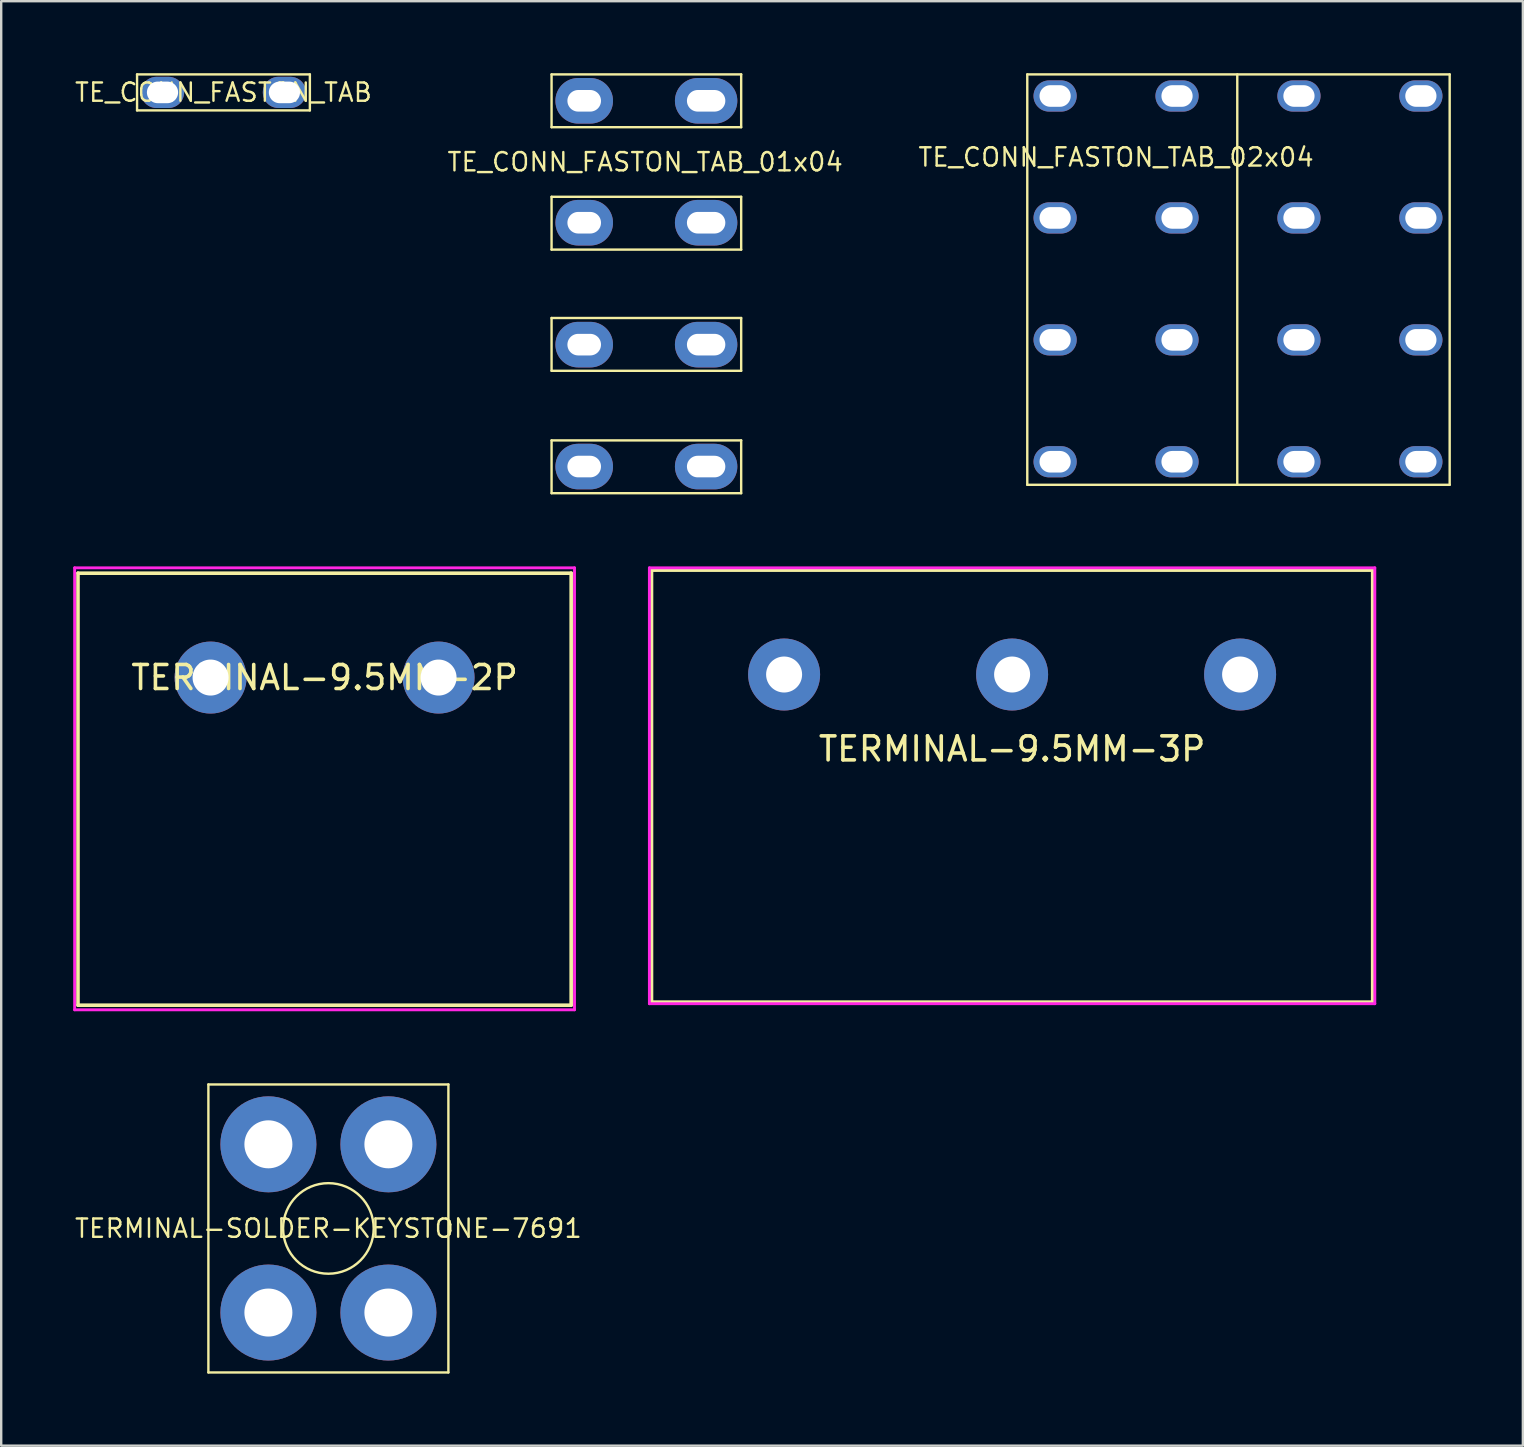
<source format=kicad_pcb>
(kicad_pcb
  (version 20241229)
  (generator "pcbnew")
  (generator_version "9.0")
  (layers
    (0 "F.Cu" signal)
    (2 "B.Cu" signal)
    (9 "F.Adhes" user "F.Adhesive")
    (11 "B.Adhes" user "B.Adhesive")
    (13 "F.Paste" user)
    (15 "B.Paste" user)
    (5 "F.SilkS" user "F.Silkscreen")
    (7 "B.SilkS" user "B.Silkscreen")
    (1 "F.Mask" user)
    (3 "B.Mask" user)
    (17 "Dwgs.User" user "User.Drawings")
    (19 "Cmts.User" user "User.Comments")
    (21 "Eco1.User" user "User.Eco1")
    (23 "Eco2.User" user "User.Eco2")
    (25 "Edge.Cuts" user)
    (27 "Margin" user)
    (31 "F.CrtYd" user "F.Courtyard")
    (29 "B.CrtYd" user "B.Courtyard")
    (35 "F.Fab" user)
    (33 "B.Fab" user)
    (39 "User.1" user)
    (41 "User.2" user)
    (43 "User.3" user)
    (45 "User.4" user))
  (footprint "TERMINAL-9.5MM-2P"
    (layer "F.Cu")
    (at 10.474 25.182)
    (property "Reference" "TERMINAL-9.5MM-2P" (at 0 0 0) (layer "F.SilkS") (effects (font (size 1 1) (thickness 0.15))))
    (attr through_hole)
    (fp_line (start -10.275 -4.35) (end -10.275 13.65) (stroke (width 0.15) (type solid)) (layer "F.SilkS"))
    (fp_line (start -10.275 -4.35) (end 10.275 -4.35) (stroke (width 0.15) (type solid)) (layer "F.SilkS"))
    (fp_line (start -10.275 13.65) (end 10.275 13.65) (stroke (width 0.15) (type solid)) (layer "F.SilkS"))
    (fp_line (start 10.275 -4.35) (end 10.275 13.65) (stroke (width 0.15) (type solid)) (layer "F.SilkS"))
    (fp_line (start -10.414 -4.572) (end 10.414 -4.572) (stroke (width 0.12) (type solid)) (layer "F.CrtYd"))
    (fp_line (start -10.414 13.843) (end -10.414 -4.572) (stroke (width 0.12) (type solid)) (layer "F.CrtYd"))
    (fp_line (start 10.414 -4.572) (end 10.414 13.843) (stroke (width 0.12) (type solid)) (layer "F.CrtYd"))
    (fp_line (start 10.414 13.843) (end -10.414 13.843) (stroke (width 0.12) (type solid)) (layer "F.CrtYd"))
    (pad "1" thru_hole circle (at -4.75 0) (size 3 3) (drill 1.5) (layers "*.Cu" "*.Mask"))
    (pad "2" thru_hole circle (at 4.75 0) (size 3 3) (drill 1.5) (layers "*.Cu" "*.Mask")))
  (footprint "TE_CONN_FASTON_TAB"
    (layer "F.Cu")
    (at 6.261 0.8)
    (property "Reference" "TE_CONN_FASTON_TAB" (at 0 0 0) (layer "F.SilkS") (effects (font (size 0.762 0.762) (thickness 0.1))))
    (attr through_hole)
    (fp_line (start -3.6 -0.75) (end -3.6 0.75) (stroke (width 0.1) (type solid)) (layer "F.SilkS"))
    (fp_line (start -3.6 -0.75) (end 3.6 -0.75) (stroke (width 0.1) (type solid)) (layer "F.SilkS"))
    (fp_line (start -3.6 0.75) (end 3.6 0.75) (stroke (width 0.1) (type solid)) (layer "F.SilkS"))
    (fp_line (start 3.6 -0.75) (end 3.6 0.75) (stroke (width 0.1) (type solid)) (layer "F.SilkS"))
    (pad "1" thru_hole oval (at -2.54 0) (size 1.8 1.3) (drill oval 1.3 0.9) (layers "*.Cu" "*.Mask"))
    (pad "1" thru_hole oval (at 2.54 0) (size 1.8 1.3) (drill oval 1.3 0.9) (layers "*.Cu" "*.Mask")))
  (footprint "TE_CONN_FASTON_TAB_02x04"
    (layer "F.Cu")
    (at 43.453 0.95)
    (property "Reference" "TE_CONN_FASTON_TAB_02x04" (at 0 2.55 0) (layer "F.SilkS") (effects (font (size 0.762 0.762) (thickness 0.1))))
    (attr through_hole)
    (fp_line (start -3.7 -0.9) (end -3.7 16.2) (stroke (width 0.1) (type solid)) (layer "F.SilkS"))
    (fp_line (start -3.7 -0.9) (end 13.9 -0.9) (stroke (width 0.1) (type solid)) (layer "F.SilkS"))
    (fp_line (start -3.7 16.2) (end 13.9 16.2) (stroke (width 0.1) (type solid)) (layer "F.SilkS"))
    (fp_line (start 5.05 -0.9) (end 5.05 16.2) (stroke (width 0.1) (type solid)) (layer "F.SilkS"))
    (fp_line (start 13.9 16.2) (end 13.9 -0.9) (stroke (width 0.1) (type solid)) (layer "F.SilkS"))
    (pad "1" thru_hole oval (at -2.54 0) (size 1.8 1.3) (drill oval 1.3 0.9) (layers "*.Cu" "*.Mask"))
    (pad "1" thru_hole oval (at 2.54 0) (size 1.8 1.3) (drill oval 1.3 0.9) (layers "*.Cu" "*.Mask"))
    (pad "2" thru_hole oval (at 7.62 0) (size 1.8 1.3) (drill oval 1.3 0.9) (layers "*.Cu" "*.Mask"))
    (pad "2" thru_hole oval (at 12.7 0) (size 1.8 1.3) (drill oval 1.3 0.9) (layers "*.Cu" "*.Mask"))
    (pad "3" thru_hole oval (at -2.54 5.08) (size 1.8 1.3) (drill oval 1.3 0.9) (layers "*.Cu" "*.Mask"))
    (pad "3" thru_hole oval (at 2.54 5.08) (size 1.8 1.3) (drill oval 1.3 0.9) (layers "*.Cu" "*.Mask"))
    (pad "4" thru_hole oval (at 7.62 5.08) (size 1.8 1.3) (drill oval 1.3 0.9) (layers "*.Cu" "*.Mask"))
    (pad "4" thru_hole oval (at 12.7 5.08) (size 1.8 1.3) (drill oval 1.3 0.9) (layers "*.Cu" "*.Mask"))
    (pad "5" thru_hole oval (at -2.54 10.16) (size 1.8 1.3) (drill oval 1.3 0.9) (layers "*.Cu" "*.Mask"))
    (pad "5" thru_hole oval (at 2.54 10.16) (size 1.8 1.3) (drill oval 1.3 0.9) (layers "*.Cu" "*.Mask"))
    (pad "6" thru_hole oval (at 7.62 10.16) (size 1.8 1.3) (drill oval 1.3 0.9) (layers "*.Cu" "*.Mask"))
    (pad "6" thru_hole oval (at 12.7 10.16) (size 1.8 1.3) (drill oval 1.3 0.9) (layers "*.Cu" "*.Mask"))
    (pad "7" thru_hole oval (at -2.54 15.24) (size 1.8 1.3) (drill oval 1.3 0.9) (layers "*.Cu" "*.Mask"))
    (pad "7" thru_hole oval (at 2.54 15.24) (size 1.8 1.3) (drill oval 1.3 0.9) (layers "*.Cu" "*.Mask"))
    (pad "8" thru_hole oval (at 7.62 15.24) (size 1.8 1.3) (drill oval 1.3 0.9) (layers "*.Cu" "*.Mask"))
    (pad "8" thru_hole oval (at 12.7 15.24) (size 1.8 1.3) (drill oval 1.3 0.9) (layers "*.Cu" "*.Mask")))
  (footprint "TERMINAL-SOLDER-KEYSTONE-7691"
    (layer "F.Cu")
    (at 10.633 48.135)
    (property "Reference" "TERMINAL-SOLDER-KEYSTONE-7691" (at 0 0 0) (layer "F.SilkS") (effects (font (size 0.762 0.762) (thickness 0.1))))
    (attr through_hole)
    (fp_line (start -5 -6) (end 5 -6) (stroke (width 0.1) (type solid)) (layer "F.SilkS"))
    (fp_line (start -5 6) (end -5 -6) (stroke (width 0.1) (type solid)) (layer "F.SilkS"))
    (fp_line (start 5 -6) (end 5 6) (stroke (width 0.1) (type solid)) (layer "F.SilkS"))
    (fp_line (start 5 6) (end -5 6) (stroke (width 0.1) (type solid)) (layer "F.SilkS"))
    (fp_circle (center 0 0) (end 1.6 1) (stroke (width 0.1) (type solid)) (fill no) (layer "F.SilkS"))
    (pad "1" thru_hole circle (at -2.5 -3.505) (size 4 4) (drill 2) (layers "*.Cu" "*.Mask"))
    (pad "1" thru_hole circle (at -2.5 3.505) (size 4 4) (drill 2) (layers "*.Cu" "*.Mask"))
    (pad "1" thru_hole circle (at 2.5 -3.505) (size 4 4) (drill 2) (layers "*.Cu" "*.Mask"))
    (pad "1" thru_hole circle (at 2.5 3.505) (size 4 4) (drill 2) (layers "*.Cu" "*.Mask")))
  (footprint "TERMINAL-9.5MM-3P"
    (layer "F.Cu")
    (at 39.121 25.055)
    (property "Reference" "TERMINAL-9.5MM-3P" (at 0 3.1 0) (layer "F.SilkS") (effects (font (size 1 1) (thickness 0.15))))
    (attr through_hole)
    (fp_line (start -15.025 -4.35) (end -15.025 13.65) (stroke (width 0.15) (type solid)) (layer "F.SilkS"))
    (fp_line (start -15.025 -4.35) (end 15.025 -4.35) (stroke (width 0.15) (type solid)) (layer "F.SilkS"))
    (fp_line (start -15.025 13.65) (end 15.025 13.65) (stroke (width 0.15) (type solid)) (layer "F.SilkS"))
    (fp_line (start 15.025 -4.35) (end 15.025 13.65) (stroke (width 0.15) (type solid)) (layer "F.SilkS"))
    (fp_line (start -15.113 -4.445) (end 15.113 -4.445) (stroke (width 0.12) (type solid)) (layer "F.CrtYd"))
    (fp_line (start -15.113 13.716) (end -15.113 -4.445) (stroke (width 0.12) (type solid)) (layer "F.CrtYd"))
    (fp_line (start 15.113 -4.445) (end 15.113 13.716) (stroke (width 0.12) (type solid)) (layer "F.CrtYd"))
    (fp_line (start 15.113 13.716) (end -15.113 13.716) (stroke (width 0.12) (type solid)) (layer "F.CrtYd"))
    (pad "1" thru_hole circle (at 9.5 0) (size 3 3) (drill 1.5) (layers "*.Cu" "*.Mask"))
    (pad "2" thru_hole circle (at 0 0) (size 3 3) (drill 1.5) (layers "*.Cu" "*.Mask"))
    (pad "3" thru_hole circle (at -9.5 0) (size 3 3) (drill 1.5) (layers "*.Cu" "*.Mask")))
  (footprint "TE_CONN_FASTON_TAB_01x04"
    (layer "F.Cu")
    (at 23.832 1.15)
    (property "Reference" "TE_CONN_FASTON_TAB_01x04" (at 0 2.55 0) (layer "F.SilkS") (effects (font (size 0.762 0.762) (thickness 0.1))))
    (attr through_hole)
    (fp_line (start -3.9 -1.1) (end 4 -1.1) (stroke (width 0.1) (type solid)) (layer "F.SilkS"))
    (fp_line (start -3.9 1.1) (end -3.9 -1.1) (stroke (width 0.1) (type solid)) (layer "F.SilkS"))
    (fp_line (start -3.9 4) (end 4 4) (stroke (width 0.1) (type solid)) (layer "F.SilkS"))
    (fp_line (start -3.9 6.2) (end -3.9 4) (stroke (width 0.1) (type solid)) (layer "F.SilkS"))
    (fp_line (start -3.9 6.2) (end 4 6.2) (stroke (width 0.1) (type solid)) (layer "F.SilkS"))
    (fp_line (start -3.9 9.05) (end 4 9.05) (stroke (width 0.1) (type solid)) (layer "F.SilkS"))
    (fp_line (start -3.9 11.25) (end -3.9 9.05) (stroke (width 0.1) (type solid)) (layer "F.SilkS"))
    (fp_line (start -3.9 11.25) (end 4 11.25) (stroke (width 0.1) (type solid)) (layer "F.SilkS"))
    (fp_line (start -3.9 14.15) (end 4 14.15) (stroke (width 0.1) (type solid)) (layer "F.SilkS"))
    (fp_line (start -3.9 16.35) (end -3.9 14.15) (stroke (width 0.1) (type solid)) (layer "F.SilkS"))
    (fp_line (start -3.9 16.35) (end 4 16.35) (stroke (width 0.1) (type solid)) (layer "F.SilkS"))
    (fp_line (start 4 -1.1) (end 4 1.1) (stroke (width 0.1) (type solid)) (layer "F.SilkS"))
    (fp_line (start 4 1.1) (end -3.9 1.1) (stroke (width 0.1) (type solid)) (layer "F.SilkS"))
    (fp_line (start 4 6.2) (end 4 4) (stroke (width 0.1) (type solid)) (layer "F.SilkS"))
    (fp_line (start 4 11.25) (end 4 9.05) (stroke (width 0.1) (type solid)) (layer "F.SilkS"))
    (fp_line (start 4 16.35) (end 4 14.15) (stroke (width 0.1) (type solid)) (layer "F.SilkS"))
    (pad "1" thru_hole oval (at -2.54 0) (size 2.4 1.9) (drill oval 1.4 0.9) (layers "*.Cu" "*.Mask"))
    (pad "1" thru_hole oval (at 2.54 0) (size 2.6 1.9) (drill oval 1.6 0.9) (layers "*.Cu" "*.Mask"))
    (pad "2" thru_hole oval (at -2.54 5.08) (size 2.4 1.9) (drill oval 1.4 0.9) (layers "*.Cu" "*.Mask"))
    (pad "2" thru_hole oval (at 2.54 5.08) (size 2.6 1.9) (drill oval 1.6 0.9) (layers "*.Cu" "*.Mask"))
    (pad "3" thru_hole oval (at -2.54 10.16) (size 2.4 1.9) (drill oval 1.4 0.9) (layers "*.Cu" "*.Mask"))
    (pad "3" thru_hole oval (at 2.54 10.16) (size 2.6 1.9) (drill oval 1.6 0.9) (layers "*.Cu" "*.Mask"))
    (pad "4" thru_hole oval (at -2.54 15.24) (size 2.4 1.9) (drill oval 1.4 0.9) (layers "*.Cu" "*.Mask"))
    (pad "4" thru_hole oval (at 2.54 15.24) (size 2.6 1.9) (drill oval 1.6 0.9) (layers "*.Cu" "*.Mask")))
  (gr_rect
    (start -3 -3)
    (end 60.403 57.185)
    (stroke (width 0.1) (type default))
    (fill no)
    (layer "Edge.Cuts")))
</source>
